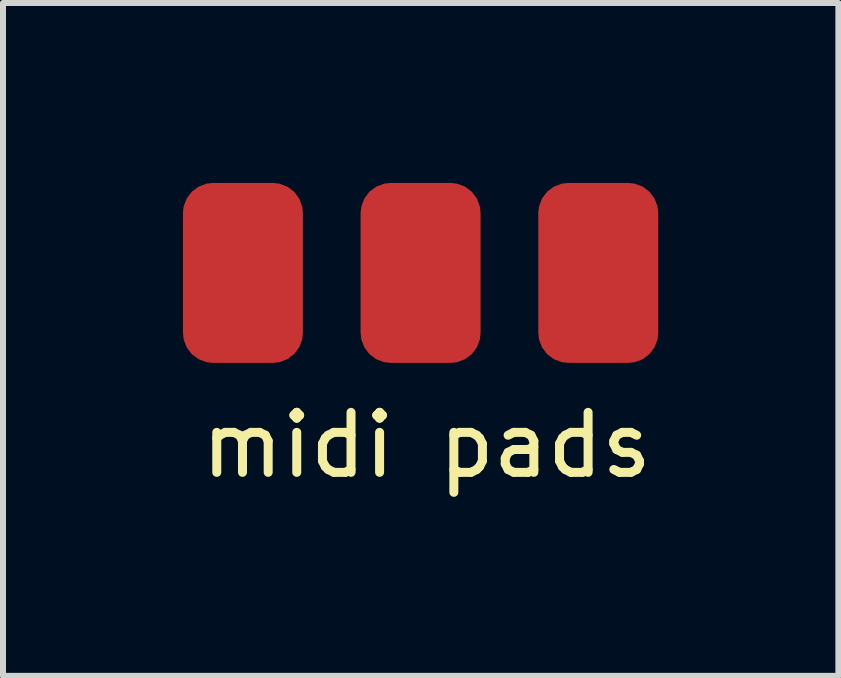
<source format=kicad_pcb>
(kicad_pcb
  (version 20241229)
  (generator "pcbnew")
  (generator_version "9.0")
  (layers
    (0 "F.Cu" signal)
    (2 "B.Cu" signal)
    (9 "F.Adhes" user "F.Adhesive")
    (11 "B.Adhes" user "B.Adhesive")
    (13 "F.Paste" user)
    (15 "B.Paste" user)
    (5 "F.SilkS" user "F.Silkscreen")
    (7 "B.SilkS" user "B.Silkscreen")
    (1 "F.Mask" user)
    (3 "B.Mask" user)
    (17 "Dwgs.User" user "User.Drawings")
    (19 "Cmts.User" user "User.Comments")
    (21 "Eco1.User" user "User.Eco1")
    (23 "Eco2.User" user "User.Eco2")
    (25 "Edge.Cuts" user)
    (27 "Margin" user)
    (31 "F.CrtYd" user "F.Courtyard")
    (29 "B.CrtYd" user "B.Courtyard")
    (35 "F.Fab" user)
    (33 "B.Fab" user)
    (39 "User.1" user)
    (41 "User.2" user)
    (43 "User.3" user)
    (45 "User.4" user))
  (footprint "midi pads"
    (layer "F.Cu")
    (at 4.064 4.87)
    (property "Reference" "midi pads" (at 0 -0.5 0) (unlocked yes) (layer "F.SilkS") (effects (font (size 1 1) (thickness 0.15))))
    (attr smd)
    (pad "2" smd roundrect (at -3.064 -3.37) (size 2 3) (layers "F.Cu" "F.Mask" "F.Paste") (roundrect_rratio 0.25))
    (pad "4" smd roundrect (at -0.102 -3.37) (size 2 3) (layers "F.Cu" "F.Mask" "F.Paste") (roundrect_rratio 0.25))
    (pad "5" smd roundrect (at 2.86 -3.37) (size 2 3) (layers "F.Cu" "F.Mask" "F.Paste") (roundrect_rratio 0.25)))
  (gr_rect
    (start -3 -3)
    (end 10.927 8.218)
    (stroke (width 0.1) (type default))
    (fill no)
    (layer "Edge.Cuts")))
</source>
